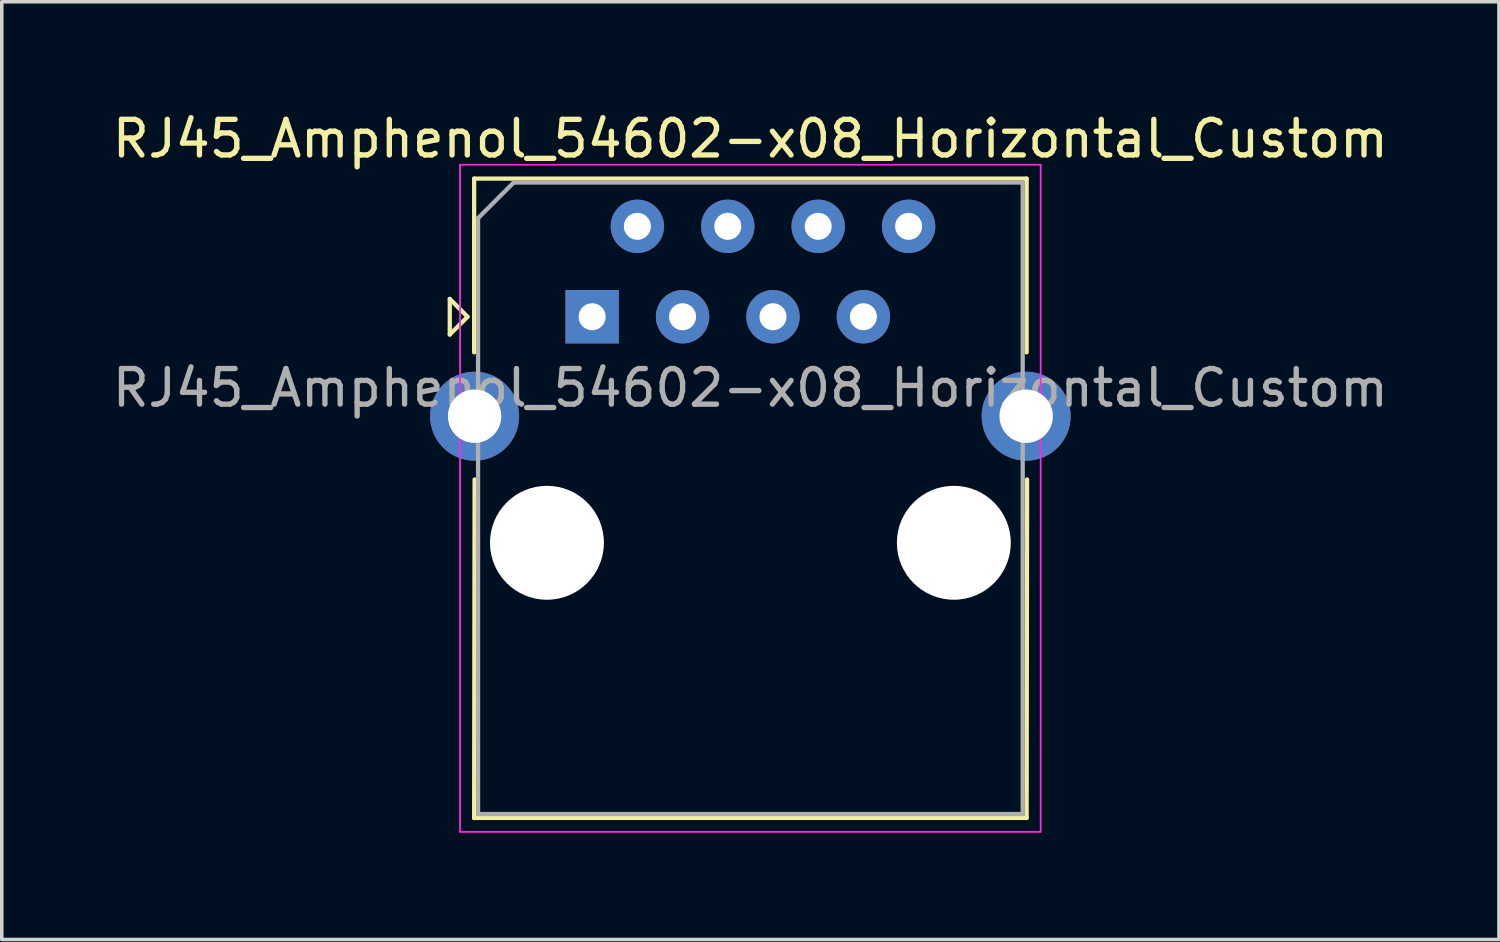
<source format=kicad_pcb>
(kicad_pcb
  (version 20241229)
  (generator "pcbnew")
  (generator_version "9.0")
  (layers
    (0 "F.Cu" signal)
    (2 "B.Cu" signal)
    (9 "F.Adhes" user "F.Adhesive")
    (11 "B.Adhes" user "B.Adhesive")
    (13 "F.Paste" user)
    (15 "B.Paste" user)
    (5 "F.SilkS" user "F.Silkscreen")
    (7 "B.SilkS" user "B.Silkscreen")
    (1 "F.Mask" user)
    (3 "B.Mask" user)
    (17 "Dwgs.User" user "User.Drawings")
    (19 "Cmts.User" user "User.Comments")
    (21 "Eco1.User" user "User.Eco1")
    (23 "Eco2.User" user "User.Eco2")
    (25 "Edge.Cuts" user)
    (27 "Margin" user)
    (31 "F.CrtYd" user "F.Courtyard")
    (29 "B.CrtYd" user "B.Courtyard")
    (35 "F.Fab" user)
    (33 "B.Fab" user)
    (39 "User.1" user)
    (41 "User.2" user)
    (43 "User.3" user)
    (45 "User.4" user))
  (footprint "RJ45_Amphenol_54602-x08_Horizontal_Custom"
    (layer "F.Cu")
    (at 13.585 5.848)
    (property "Reference" "RJ45_Amphenol_54602-x08_Horizontal_Custom" (at 4.445 -5 0) (layer "F.SilkS") (effects (font (size 1 1) (thickness 0.15))))
    (attr through_hole)
    (fp_line (start -4 -0.5) (end -4 0.5) (stroke (width 0.12) (type solid)) (layer "F.SilkS"))
    (fp_line (start -4 0.5) (end -3.5 0) (stroke (width 0.12) (type solid)) (layer "F.SilkS"))
    (fp_line (start -3.5 0) (end -4 -0.5) (stroke (width 0.12) (type solid)) (layer "F.SilkS"))
    (fp_line (start -3.315 -3.88) (end -3.315 1) (stroke (width 0.12) (type solid)) (layer "F.SilkS"))
    (fp_line (start -3.315 14.08) (end 12.205 14.08) (stroke (width 0.12) (type solid)) (layer "F.SilkS"))
    (fp_line (start -3.302 4.572) (end -3.315 14.08) (stroke (width 0.12) (type solid)) (layer "F.SilkS"))
    (fp_line (start 12.205 -3.88) (end -3.315 -3.88) (stroke (width 0.12) (type solid)) (layer "F.SilkS"))
    (fp_line (start 12.205 -3.88) (end 12.205 1) (stroke (width 0.12) (type solid)) (layer "F.SilkS"))
    (fp_line (start 12.218 4.572) (end 12.205 14.08) (stroke (width 0.12) (type solid)) (layer "F.SilkS"))
    (fp_line (start -3.71 -4.27) (end -3.71 14.47) (stroke (width 0.05) (type solid)) (layer "F.CrtYd"))
    (fp_line (start -3.71 -4.27) (end 12.6 -4.27) (stroke (width 0.05) (type solid)) (layer "F.CrtYd"))
    (fp_line (start 12.6 14.47) (end -3.71 14.47) (stroke (width 0.05) (type solid)) (layer "F.CrtYd"))
    (fp_line (start 12.6 14.47) (end 12.6 -4.27) (stroke (width 0.05) (type solid)) (layer "F.CrtYd"))
    (fp_line (start -3.205 -2.77) (end -2.205 -3.77) (stroke (width 0.12) (type solid)) (layer "F.Fab"))
    (fp_line (start -3.205 13.97) (end -3.205 -2.77) (stroke (width 0.12) (type solid)) (layer "F.Fab"))
    (fp_line (start -2.205 -3.77) (end 12.095 -3.77) (stroke (width 0.12) (type solid)) (layer "F.Fab"))
    (fp_line (start 12.095 -3.77) (end 12.095 13.97) (stroke (width 0.12) (type solid)) (layer "F.Fab"))
    (fp_line (start 12.095 13.97) (end -3.205 13.97) (stroke (width 0.12) (type solid)) (layer "F.Fab"))
    (fp_text user "${REFERENCE}" (at 4.445 2 0) (layer "F.Fab") (effects (font (size 1 1) (thickness 0.15))))
    (pad "" np_thru_hole circle (at -1.27 6.35) (size 3.2 3.2) (drill 3.2) (layers "*.Cu" "*.Mask"))
    (pad "" np_thru_hole circle (at 10.16 6.35) (size 3.2 3.2) (drill 3.2) (layers "*.Cu" "*.Mask"))
    (pad "1" thru_hole rect (at 0 0) (size 1.5 1.5) (drill 0.76) (layers "*.Cu" "*.Mask"))
    (pad "2" thru_hole circle (at 1.27 -2.54) (size 1.5 1.5) (drill 0.76) (layers "*.Cu" "*.Mask"))
    (pad "3" thru_hole circle (at 2.54 0) (size 1.5 1.5) (drill 0.76) (layers "*.Cu" "*.Mask"))
    (pad "4" thru_hole circle (at 3.81 -2.54) (size 1.5 1.5) (drill 0.76) (layers "*.Cu" "*.Mask"))
    (pad "5" thru_hole circle (at 5.08 0) (size 1.5 1.5) (drill 0.76) (layers "*.Cu" "*.Mask"))
    (pad "6" thru_hole circle (at 6.35 -2.54) (size 1.5 1.5) (drill 0.76) (layers "*.Cu" "*.Mask"))
    (pad "7" thru_hole circle (at 7.62 0) (size 1.5 1.5) (drill 0.76) (layers "*.Cu" "*.Mask"))
    (pad "8" thru_hole circle (at 8.89 -2.54) (size 1.5 1.5) (drill 0.76) (layers "*.Cu" "*.Mask"))
    (pad "9" thru_hole circle (at -3.302 2.794) (size 2.5 2.5) (drill 1.5) (layers "*.Cu" "*.Mask"))
    (pad "9" thru_hole circle (at 12.192 2.794) (size 2.5 2.5) (drill 1.5) (layers "*.Cu" "*.Mask")))
  (gr_rect
    (start -3 -3)
    (end 39.06 23.343)
    (stroke (width 0.1) (type default))
    (fill no)
    (layer "Edge.Cuts")))
</source>
